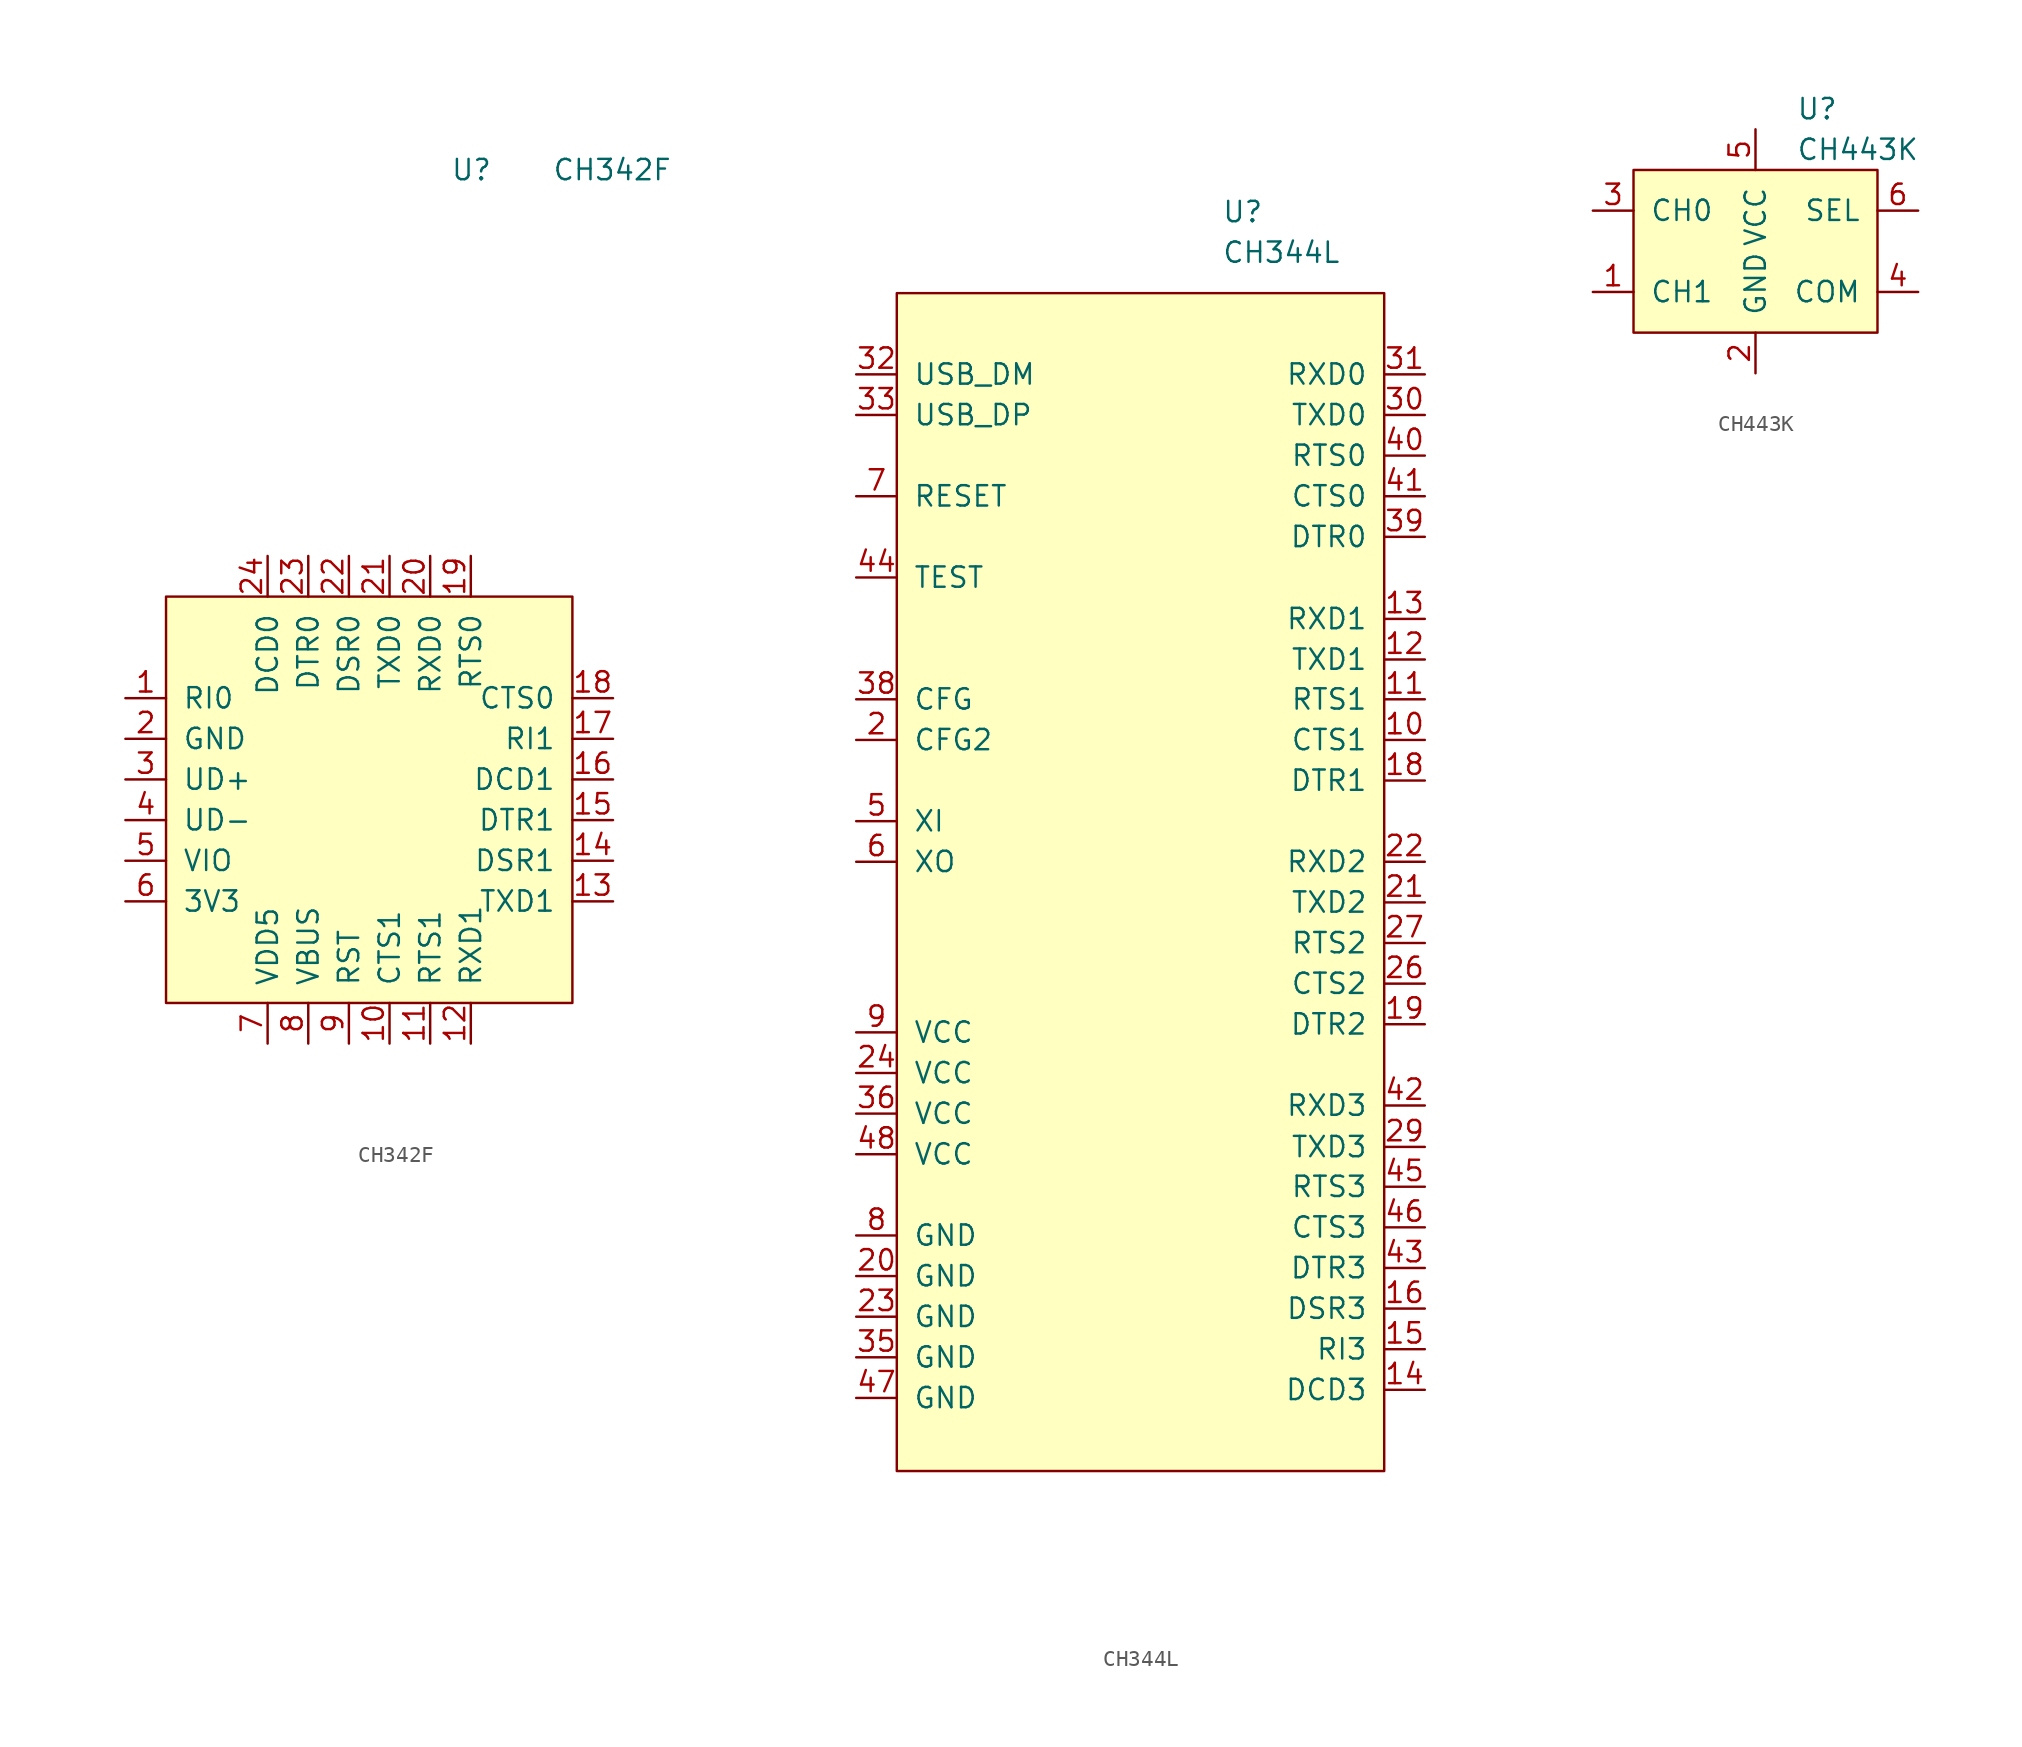
<source format=kicad_sym>
(kicad_symbol_lib
  (version 20220914)
  (generator kicad_symbol_editor)
  (symbol "CH342F"
    (pin_names
      (offset 1.016))
    (property "Reference" "U"
      (at 5.08 39.37 0)
      (effects (font (size 1.27 1.27)) (justify left)))
    (property "Value" "CH342F"
      (at 11.43 39.37 0)
      (effects (font (size 1.27 1.27)) (justify left)))
    (symbol "CH342F_0_1"
      (rectangle (start -12.7 12.7) (end 12.7 -12.7) (stroke (width 0) (type default)) (fill (type background))))
    (symbol "CH342F_1_1"
      (pin input line (at -15.24 6.35 0) (length 2.54) (name "RI0" (effects (font (size 1.27 1.27)))) (number "1" (effects (font (size 1.27 1.27)))))
      (pin input line (at 1.27 -15.24 90) (length 2.54) (name "CTS1" (effects (font (size 1.27 1.27)))) (number "10" (effects (font (size 1.27 1.27)))))
      (pin output line (at 3.81 -15.24 90) (length 2.54) (name "RTS1" (effects (font (size 1.27 1.27)))) (number "11" (effects (font (size 1.27 1.27)))))
      (pin input line (at 6.35 -15.24 90) (length 2.54) (name "RXD1" (effects (font (size 1.27 1.27)))) (number "12" (effects (font (size 1.27 1.27)))))
      (pin output line (at 15.24 -6.35 180) (length 2.54) (name "TXD1" (effects (font (size 1.27 1.27)))) (number "13" (effects (font (size 1.27 1.27)))))
      (pin input line (at 15.24 -3.81 180) (length 2.54) (name "DSR1" (effects (font (size 1.27 1.27)))) (number "14" (effects (font (size 1.27 1.27)))))
      (pin output line (at 15.24 -1.27 180) (length 2.54) (name "DTR1" (effects (font (size 1.27 1.27)))) (number "15" (effects (font (size 1.27 1.27)))))
      (pin input line (at 15.24 1.27 180) (length 2.54) (name "DCD1" (effects (font (size 1.27 1.27)))) (number "16" (effects (font (size 1.27 1.27)))))
      (pin input line (at 15.24 3.81 180) (length 2.54) (name "RI1" (effects (font (size 1.27 1.27)))) (number "17" (effects (font (size 1.27 1.27)))))
      (pin input line (at 15.24 6.35 180) (length 2.54) (name "CTS0" (effects (font (size 1.27 1.27)))) (number "18" (effects (font (size 1.27 1.27)))))
      (pin output line (at 6.35 15.24 270) (length 2.54) (name "RTS0" (effects (font (size 1.27 1.27)))) (number "19" (effects (font (size 1.27 1.27)))))
      (pin power_in line (at -15.24 3.81 0) (length 2.54) (name "GND" (effects (font (size 1.27 1.27)))) (number "2" (effects (font (size 1.27 1.27)))))
      (pin input line (at 3.81 15.24 270) (length 2.54) (name "RXD0" (effects (font (size 1.27 1.27)))) (number "20" (effects (font (size 1.27 1.27)))))
      (pin output line (at 1.27 15.24 270) (length 2.54) (name "TXD0" (effects (font (size 1.27 1.27)))) (number "21" (effects (font (size 1.27 1.27)))))
      (pin input line (at -1.27 15.24 270) (length 2.54) (name "DSR0" (effects (font (size 1.27 1.27)))) (number "22" (effects (font (size 1.27 1.27)))))
      (pin output line (at -3.81 15.24 270) (length 2.54) (name "DTR0" (effects (font (size 1.27 1.27)))) (number "23" (effects (font (size 1.27 1.27)))))
      (pin input line (at -6.35 15.24 270) (length 2.54) (name "DCD0" (effects (font (size 1.27 1.27)))) (number "24" (effects (font (size 1.27 1.27)))))
      (pin power_in line (at -15.24 3.81 0) (length 2.54) hide (name "GND" (effects (font (size 1.27 1.27)))) (number "25" (effects (font (size 1.27 1.27)))))
      (pin bidirectional line (at -15.24 1.27 0) (length 2.54) (name "UD+" (effects (font (size 1.27 1.27)))) (number "3" (effects (font (size 1.27 1.27)))))
      (pin bidirectional line (at -15.24 -1.27 0) (length 2.54) (name "UD-" (effects (font (size 1.27 1.27)))) (number "4" (effects (font (size 1.27 1.27)))))
      (pin bidirectional line (at -15.24 -3.81 0) (length 2.54) (name "VIO" (effects (font (size 1.27 1.27)))) (number "5" (effects (font (size 1.27 1.27)))))
      (pin power_in line (at -15.24 -6.35 0) (length 2.54) (name "3V3" (effects (font (size 1.27 1.27)))) (number "6" (effects (font (size 1.27 1.27)))))
      (pin power_in line (at -6.35 -15.24 90) (length 2.54) (name "VDD5" (effects (font (size 1.27 1.27)))) (number "7" (effects (font (size 1.27 1.27)))))
      (pin power_in line (at -3.81 -15.24 90) (length 2.54) (name "VBUS" (effects (font (size 1.27 1.27)))) (number "8" (effects (font (size 1.27 1.27)))))
      (pin input line (at -1.27 -15.24 90) (length 2.54) (name "RST" (effects (font (size 1.27 1.27)))) (number "9" (effects (font (size 1.27 1.27)))))))
  (symbol "CH344L"
    (pin_names
      (offset 1.016))
    (property "Reference" "U"
      (at 5.08 38.1 0)
      (effects (font (size 1.27 1.27)) (justify left)))
    (property "Value" "CH344L"
      (at 5.08 35.56 0)
      (effects (font (size 1.27 1.27)) (justify left)))
    (symbol "CH344L_0_1"
      (rectangle (start -15.24 33.02) (end 15.24 -40.64) (stroke (width 0) (type default)) (fill (type background))))
    (symbol "CH344L_1_1"
      (pin no_connect line (at -10.16 -43.18 90) (length 2.54) hide (name "NC" (effects (font (size 1.27 1.27)))) (number "1" (effects (font (size 1.27 1.27)))))
      (pin input line (at 17.78 5.08 180) (length 2.54) (name "CTS1" (effects (font (size 1.27 1.27)))) (number "10" (effects (font (size 1.27 1.27)))))
      (pin output line (at 17.78 7.62 180) (length 2.54) (name "RTS1" (effects (font (size 1.27 1.27)))) (number "11" (effects (font (size 1.27 1.27)))))
      (pin output line (at 17.78 10.109 180) (length 2.54) (name "TXD1" (effects (font (size 1.27 1.27)))) (number "12" (effects (font (size 1.27 1.27)))))
      (pin input line (at 17.78 12.649 180) (length 2.54) (name "RXD1" (effects (font (size 1.27 1.27)))) (number "13" (effects (font (size 1.27 1.27)))))
      (pin input line (at 17.78 -35.56 180) (length 2.54) (name "DCD3" (effects (font (size 1.27 1.27)))) (number "14" (effects (font (size 1.27 1.27)))))
      (pin input line (at 17.78 -33.02 180) (length 2.54) (name "RI3" (effects (font (size 1.27 1.27)))) (number "15" (effects (font (size 1.27 1.27)))))
      (pin input line (at 17.78 -30.48 180) (length 2.54) (name "DSR3" (effects (font (size 1.27 1.27)))) (number "16" (effects (font (size 1.27 1.27)))))
      (pin no_connect line (at -2.54 -43.18 90) (length 2.54) hide (name "NC" (effects (font (size 1.27 1.27)))) (number "17" (effects (font (size 1.27 1.27)))))
      (pin output line (at 17.78 2.54 180) (length 2.54) (name "DTR1" (effects (font (size 1.27 1.27)))) (number "18" (effects (font (size 1.27 1.27)))))
      (pin output line (at 17.78 -12.7 180) (length 2.54) (name "DTR2" (effects (font (size 1.27 1.27)))) (number "19" (effects (font (size 1.27 1.27)))))
      (pin input line (at -17.78 5.08 0) (length 2.54) (name "CFG2" (effects (font (size 1.27 1.27)))) (number "2" (effects (font (size 1.27 1.27)))))
      (pin power_in line (at -17.78 -28.448 0) (length 2.54) (name "GND" (effects (font (size 1.27 1.27)))) (number "20" (effects (font (size 1.27 1.27)))))
      (pin output line (at 17.78 -5.08 180) (length 2.54) (name "TXD2" (effects (font (size 1.27 1.27)))) (number "21" (effects (font (size 1.27 1.27)))))
      (pin input line (at 17.78 -2.54 180) (length 2.54) (name "RXD2" (effects (font (size 1.27 1.27)))) (number "22" (effects (font (size 1.27 1.27)))))
      (pin power_in line (at -17.78 -30.988 0) (length 2.54) (name "GND" (effects (font (size 1.27 1.27)))) (number "23" (effects (font (size 1.27 1.27)))))
      (pin power_in line (at -17.78 -15.748 0) (length 2.54) (name "VCC" (effects (font (size 1.27 1.27)))) (number "24" (effects (font (size 1.27 1.27)))))
      (pin no_connect line (at 0 -43.18 90) (length 2.54) hide (name "NC" (effects (font (size 1.27 1.27)))) (number "25" (effects (font (size 1.27 1.27)))))
      (pin input line (at 17.78 -10.16 180) (length 2.54) (name "CTS2" (effects (font (size 1.27 1.27)))) (number "26" (effects (font (size 1.27 1.27)))))
      (pin output line (at 17.78 -7.62 180) (length 2.54) (name "RTS2" (effects (font (size 1.27 1.27)))) (number "27" (effects (font (size 1.27 1.27)))))
      (pin no_connect line (at 2.54 -43.18 90) (length 2.54) hide (name "NC" (effects (font (size 1.27 1.27)))) (number "28" (effects (font (size 1.27 1.27)))))
      (pin output line (at 17.78 -20.371 180) (length 2.54) (name "TXD3" (effects (font (size 1.27 1.27)))) (number "29" (effects (font (size 1.27 1.27)))))
      (pin no_connect line (at -7.62 -43.18 90) (length 2.54) hide (name "NC" (effects (font (size 1.27 1.27)))) (number "3" (effects (font (size 1.27 1.27)))))
      (pin output line (at 17.78 25.4 180) (length 2.54) (name "TXD0" (effects (font (size 1.27 1.27)))) (number "30" (effects (font (size 1.27 1.27)))))
      (pin input line (at 17.78 27.94 180) (length 2.54) (name "RXD0" (effects (font (size 1.27 1.27)))) (number "31" (effects (font (size 1.27 1.27)))))
      (pin input line (at -17.78 27.94 0) (length 2.54) (name "USB_DM" (effects (font (size 1.27 1.27)))) (number "32" (effects (font (size 1.27 1.27)))))
      (pin output line (at -17.78 25.4 0) (length 2.54) (name "USB_DP" (effects (font (size 1.27 1.27)))) (number "33" (effects (font (size 1.27 1.27)))))
      (pin no_connect line (at 5.08 -43.18 90) (length 2.54) hide (name "NC" (effects (font (size 1.27 1.27)))) (number "34" (effects (font (size 1.27 1.27)))))
      (pin power_in line (at -17.78 -33.528 0) (length 2.54) (name "GND" (effects (font (size 1.27 1.27)))) (number "35" (effects (font (size 1.27 1.27)))))
      (pin power_in line (at -17.78 -18.288 0) (length 2.54) (name "VCC" (effects (font (size 1.27 1.27)))) (number "36" (effects (font (size 1.27 1.27)))))
      (pin no_connect line (at 7.62 -43.18 90) (length 2.54) hide (name "NC" (effects (font (size 1.27 1.27)))) (number "37" (effects (font (size 1.27 1.27)))))
      (pin input line (at -17.78 7.62 0) (length 2.54) (name "CFG" (effects (font (size 1.27 1.27)))) (number "38" (effects (font (size 1.27 1.27)))))
      (pin output line (at 17.78 17.78 180) (length 2.54) (name "DTR0" (effects (font (size 1.27 1.27)))) (number "39" (effects (font (size 1.27 1.27)))))
      (pin no_connect line (at -5.08 -43.18 90) (length 2.54) hide (name "NC" (effects (font (size 1.27 1.27)))) (number "4" (effects (font (size 1.27 1.27)))))
      (pin output line (at 17.78 22.86 180) (length 2.54) (name "RTS0" (effects (font (size 1.27 1.27)))) (number "40" (effects (font (size 1.27 1.27)))))
      (pin input line (at 17.78 20.32 180) (length 2.54) (name "CTS0" (effects (font (size 1.27 1.27)))) (number "41" (effects (font (size 1.27 1.27)))))
      (pin input line (at 17.78 -17.78 180) (length 2.54) (name "RXD3" (effects (font (size 1.27 1.27)))) (number "42" (effects (font (size 1.27 1.27)))))
      (pin output line (at 17.78 -27.94 180) (length 2.54) (name "DTR3" (effects (font (size 1.27 1.27)))) (number "43" (effects (font (size 1.27 1.27)))))
      (pin input line (at -17.78 15.24 0) (length 2.54) (name "TEST" (effects (font (size 1.27 1.27)))) (number "44" (effects (font (size 1.27 1.27)))))
      (pin output line (at 17.78 -22.86 180) (length 2.54) (name "RTS3" (effects (font (size 1.27 1.27)))) (number "45" (effects (font (size 1.27 1.27)))))
      (pin input line (at 17.78 -25.4 180) (length 2.54) (name "CTS3" (effects (font (size 1.27 1.27)))) (number "46" (effects (font (size 1.27 1.27)))))
      (pin power_in line (at -17.78 -36.068 0) (length 2.54) (name "GND" (effects (font (size 1.27 1.27)))) (number "47" (effects (font (size 1.27 1.27)))))
      (pin power_in line (at -17.78 -20.828 0) (length 2.54) (name "VCC" (effects (font (size 1.27 1.27)))) (number "48" (effects (font (size 1.27 1.27)))))
      (pin input line (at -17.78 0 0) (length 2.54) (name "XI" (effects (font (size 1.27 1.27)))) (number "5" (effects (font (size 1.27 1.27)))))
      (pin output line (at -17.78 -2.54 0) (length 2.54) (name "XO" (effects (font (size 1.27 1.27)))) (number "6" (effects (font (size 1.27 1.27)))))
      (pin input line (at -17.78 20.32 0) (length 2.54) (name "RESET" (effects (font (size 1.27 1.27)))) (number "7" (effects (font (size 1.27 1.27)))))
      (pin power_in line (at -17.78 -25.908 0) (length 2.54) (name "GND" (effects (font (size 1.27 1.27)))) (number "8" (effects (font (size 1.27 1.27)))))
      (pin power_in line (at -17.78 -13.208 0) (length 2.54) (name "VCC" (effects (font (size 1.27 1.27)))) (number "9" (effects (font (size 1.27 1.27)))))))
  (symbol "CH443K"
    (pin_names
      (offset 1.016))
    (property "Reference" "U"
      (at 2.54 8.89 0)
      (effects (font (size 1.27 1.27)) (justify left)))
    (property "Value" "CH443K"
      (at 2.54 6.35 0)
      (effects (font (size 1.27 1.27)) (justify left)))
    (symbol "CH443K_0_1"
      (rectangle (start -7.62 5.08) (end 7.62 -5.08) (stroke (width 0) (type default)) (fill (type background))))
    (symbol "CH443K_1_1"
      (pin passive line (at -10.16 -2.54 0) (length 2.54) (name "CH1" (effects (font (size 1.27 1.27)))) (number "1" (effects (font (size 1.27 1.27)))))
      (pin power_in line (at 0 -7.62 90) (length 2.54) (name "GND" (effects (font (size 1.27 1.27)))) (number "2" (effects (font (size 1.27 1.27)))))
      (pin passive line (at -10.16 2.54 0) (length 2.54) (name "CH0" (effects (font (size 1.27 1.27)))) (number "3" (effects (font (size 1.27 1.27)))))
      (pin passive line (at 10.16 -2.54 180) (length 2.54) (name "COM" (effects (font (size 1.27 1.27)))) (number "4" (effects (font (size 1.27 1.27)))))
      (pin power_in line (at 0 7.62 270) (length 2.54) (name "VCC" (effects (font (size 1.27 1.27)))) (number "5" (effects (font (size 1.27 1.27)))))
      (pin input line (at 10.16 2.54 180) (length 2.54) (name "SEL" (effects (font (size 1.27 1.27)))) (number "6" (effects (font (size 1.27 1.27))))))))
</source>
